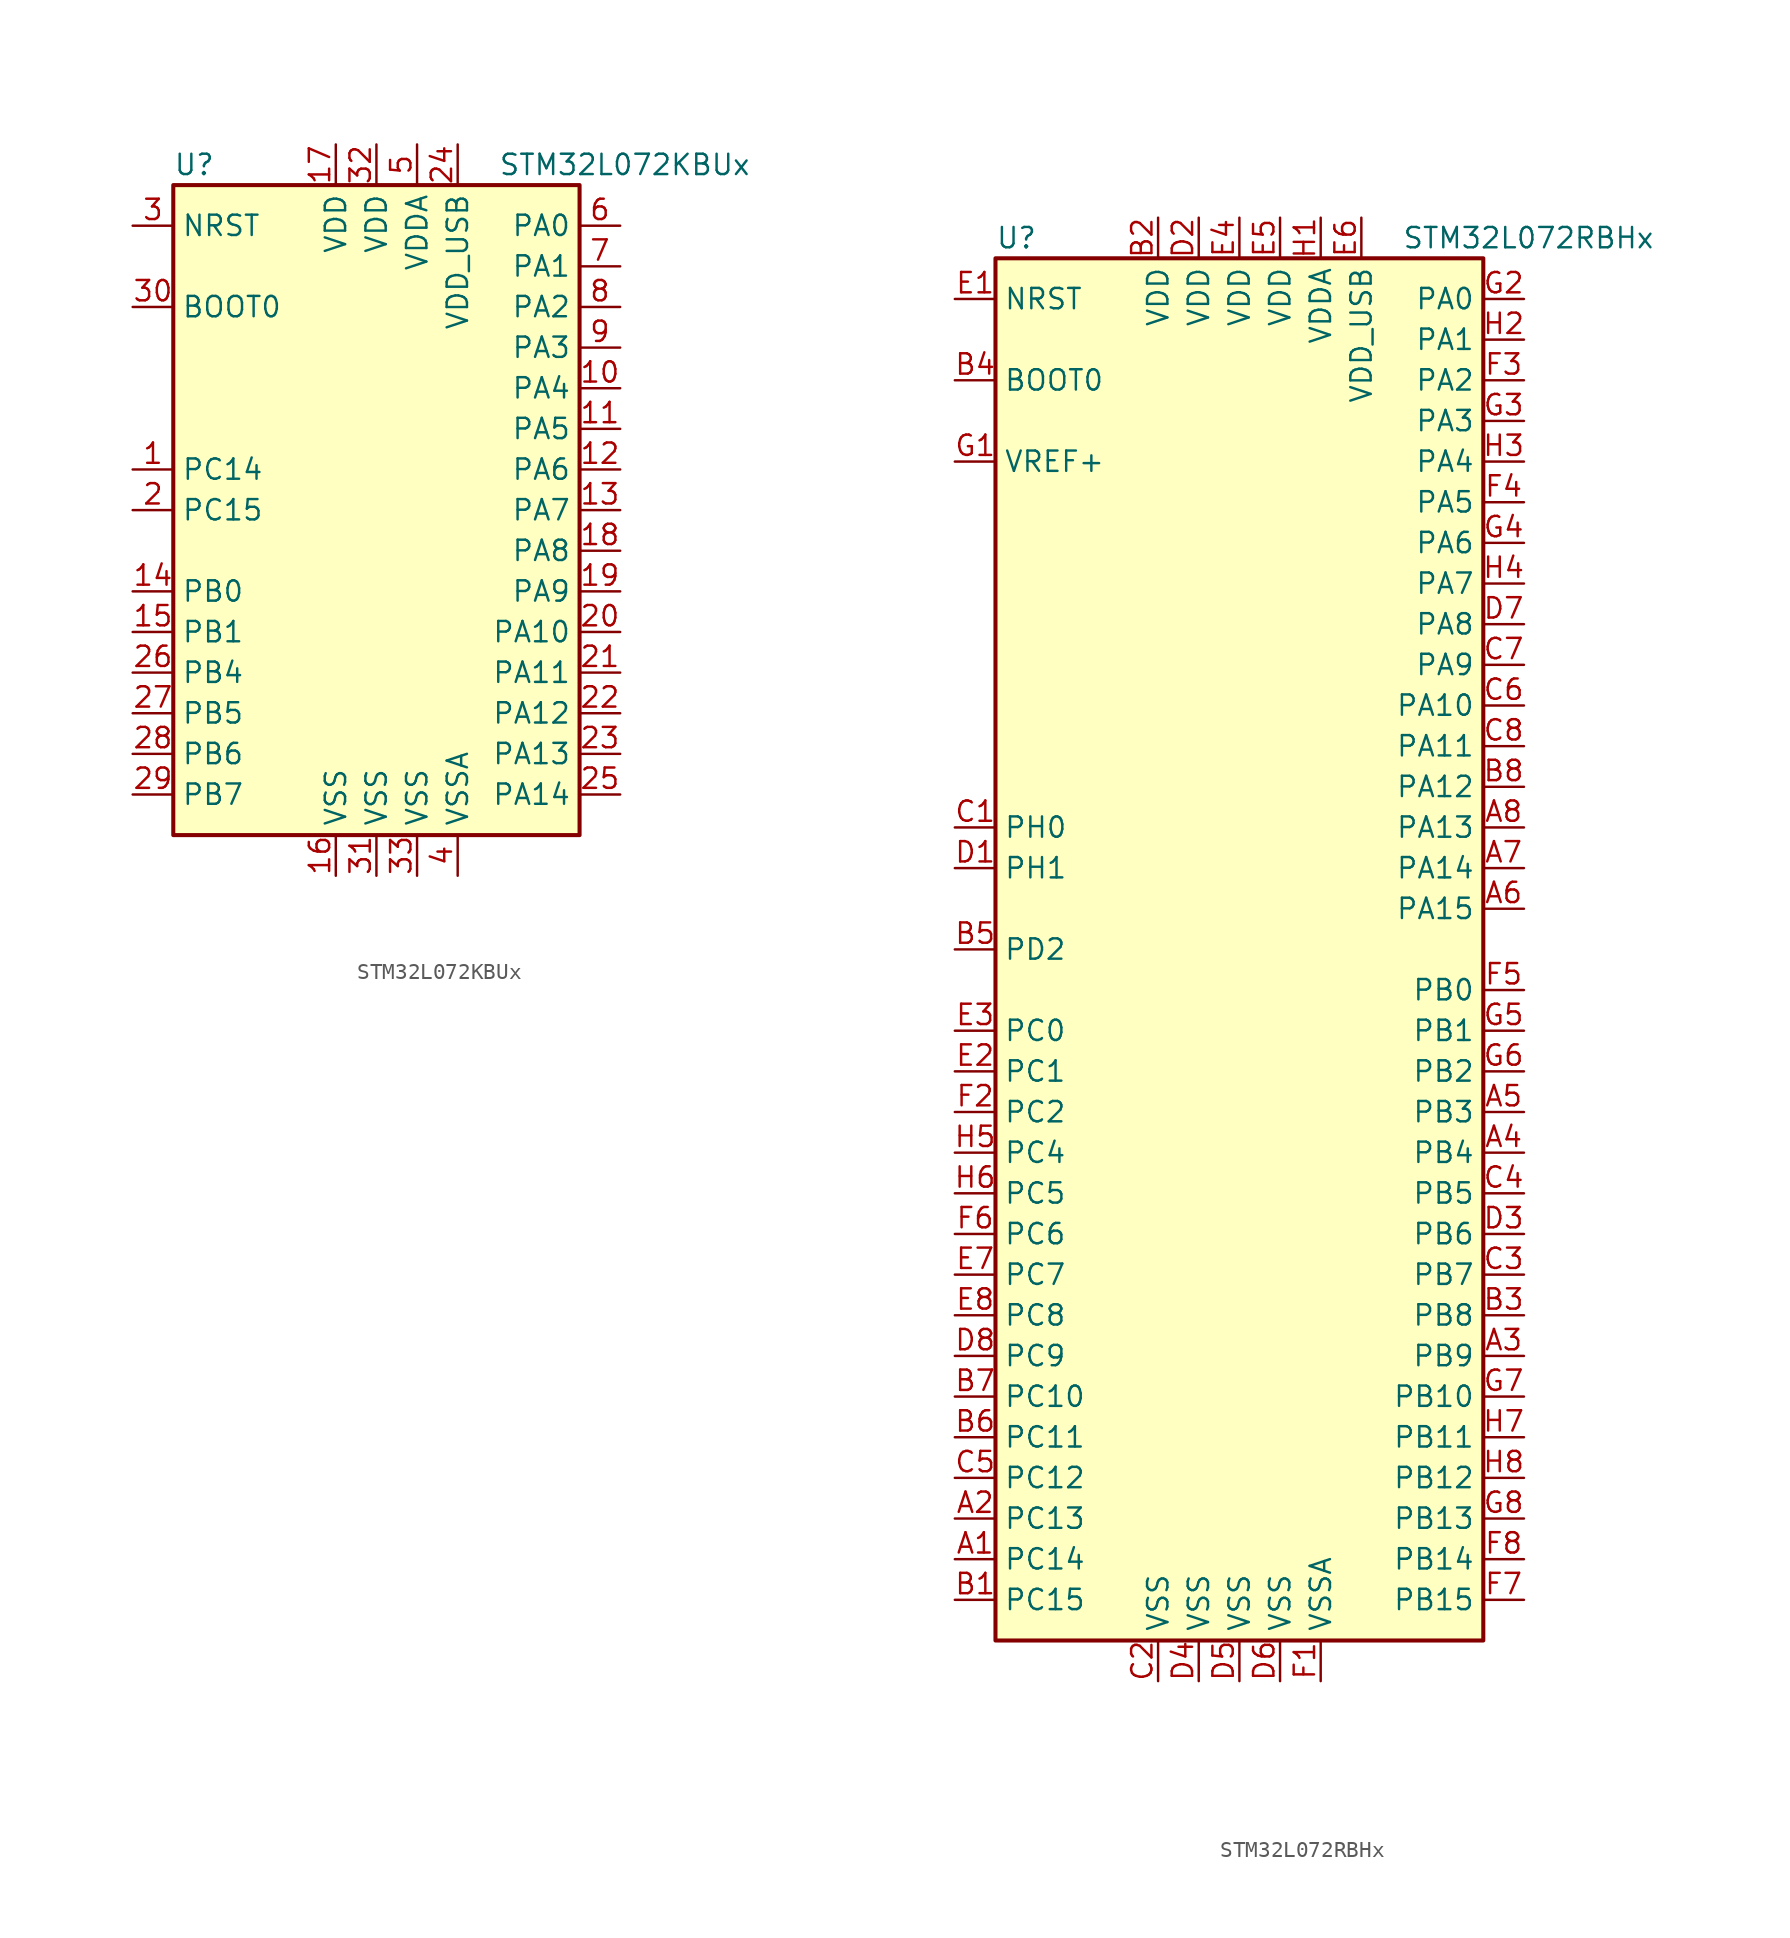
<source format=kicad_sym>
(kicad_symbol_lib
  (version 20201005)
  (generator kicad_symbol_editor)
  (symbol "STM32L072KBUx"
    (property "Reference" "U"
      (at -12.7 21.59 0)
      (effects (font (size 1.27 1.27)) (justify left)))
    (property "Value" "STM32L072KBUx"
      (at 7.62 21.59 0)
      (effects (font (size 1.27 1.27)) (justify left)))
    (symbol "STM32L072KBUx_0_1"
      (rectangle (start -12.7 -20.32) (end 12.7 20.32) (stroke (width 0.254)) (fill (type background))))
    (symbol "STM32L072KBUx_1_1"
      (pin bidirectional line (at -15.24 2.54 0) (length 2.54) (name "PC14" (effects (font (size 1.27 1.27)))) (number "1" (effects (font (size 1.27 1.27)))))
      (pin bidirectional line (at 15.24 7.62 180) (length 2.54) (name "PA4" (effects (font (size 1.27 1.27)))) (number "10" (effects (font (size 1.27 1.27)))))
      (pin bidirectional line (at 15.24 5.08 180) (length 2.54) (name "PA5" (effects (font (size 1.27 1.27)))) (number "11" (effects (font (size 1.27 1.27)))))
      (pin bidirectional line (at 15.24 2.54 180) (length 2.54) (name "PA6" (effects (font (size 1.27 1.27)))) (number "12" (effects (font (size 1.27 1.27)))))
      (pin bidirectional line (at 15.24 0 180) (length 2.54) (name "PA7" (effects (font (size 1.27 1.27)))) (number "13" (effects (font (size 1.27 1.27)))))
      (pin bidirectional line (at -15.24 -5.08 0) (length 2.54) (name "PB0" (effects (font (size 1.27 1.27)))) (number "14" (effects (font (size 1.27 1.27)))))
      (pin bidirectional line (at -15.24 -7.62 0) (length 2.54) (name "PB1" (effects (font (size 1.27 1.27)))) (number "15" (effects (font (size 1.27 1.27)))))
      (pin power_in line (at -2.54 -22.86 90) (length 2.54) (name "VSS" (effects (font (size 1.27 1.27)))) (number "16" (effects (font (size 1.27 1.27)))))
      (pin power_in line (at -2.54 22.86 270) (length 2.54) (name "VDD" (effects (font (size 1.27 1.27)))) (number "17" (effects (font (size 1.27 1.27)))))
      (pin bidirectional line (at 15.24 -2.54 180) (length 2.54) (name "PA8" (effects (font (size 1.27 1.27)))) (number "18" (effects (font (size 1.27 1.27)))))
      (pin bidirectional line (at 15.24 -5.08 180) (length 2.54) (name "PA9" (effects (font (size 1.27 1.27)))) (number "19" (effects (font (size 1.27 1.27)))))
      (pin bidirectional line (at -15.24 0 0) (length 2.54) (name "PC15" (effects (font (size 1.27 1.27)))) (number "2" (effects (font (size 1.27 1.27)))))
      (pin bidirectional line (at 15.24 -7.62 180) (length 2.54) (name "PA10" (effects (font (size 1.27 1.27)))) (number "20" (effects (font (size 1.27 1.27)))))
      (pin bidirectional line (at 15.24 -10.16 180) (length 2.54) (name "PA11" (effects (font (size 1.27 1.27)))) (number "21" (effects (font (size 1.27 1.27)))))
      (pin bidirectional line (at 15.24 -12.7 180) (length 2.54) (name "PA12" (effects (font (size 1.27 1.27)))) (number "22" (effects (font (size 1.27 1.27)))))
      (pin bidirectional line (at 15.24 -15.24 180) (length 2.54) (name "PA13" (effects (font (size 1.27 1.27)))) (number "23" (effects (font (size 1.27 1.27)))))
      (pin power_in line (at 5.08 22.86 270) (length 2.54) (name "VDD_USB" (effects (font (size 1.27 1.27)))) (number "24" (effects (font (size 1.27 1.27)))))
      (pin bidirectional line (at 15.24 -17.78 180) (length 2.54) (name "PA14" (effects (font (size 1.27 1.27)))) (number "25" (effects (font (size 1.27 1.27)))))
      (pin bidirectional line (at -15.24 -10.16 0) (length 2.54) (name "PB4" (effects (font (size 1.27 1.27)))) (number "26" (effects (font (size 1.27 1.27)))))
      (pin bidirectional line (at -15.24 -12.7 0) (length 2.54) (name "PB5" (effects (font (size 1.27 1.27)))) (number "27" (effects (font (size 1.27 1.27)))))
      (pin bidirectional line (at -15.24 -15.24 0) (length 2.54) (name "PB6" (effects (font (size 1.27 1.27)))) (number "28" (effects (font (size 1.27 1.27)))))
      (pin bidirectional line (at -15.24 -17.78 0) (length 2.54) (name "PB7" (effects (font (size 1.27 1.27)))) (number "29" (effects (font (size 1.27 1.27)))))
      (pin input line (at -15.24 17.78 0) (length 2.54) (name "NRST" (effects (font (size 1.27 1.27)))) (number "3" (effects (font (size 1.27 1.27)))))
      (pin input line (at -15.24 12.7 0) (length 2.54) (name "BOOT0" (effects (font (size 1.27 1.27)))) (number "30" (effects (font (size 1.27 1.27)))))
      (pin power_in line (at 0 -22.86 90) (length 2.54) (name "VSS" (effects (font (size 1.27 1.27)))) (number "31" (effects (font (size 1.27 1.27)))))
      (pin power_in line (at 0 22.86 270) (length 2.54) (name "VDD" (effects (font (size 1.27 1.27)))) (number "32" (effects (font (size 1.27 1.27)))))
      (pin power_in line (at 2.54 -22.86 90) (length 2.54) (name "VSS" (effects (font (size 1.27 1.27)))) (number "33" (effects (font (size 1.27 1.27)))))
      (pin power_in line (at 5.08 -22.86 90) (length 2.54) (name "VSSA" (effects (font (size 1.27 1.27)))) (number "4" (effects (font (size 1.27 1.27)))))
      (pin power_in line (at 2.54 22.86 270) (length 2.54) (name "VDDA" (effects (font (size 1.27 1.27)))) (number "5" (effects (font (size 1.27 1.27)))))
      (pin bidirectional line (at 15.24 17.78 180) (length 2.54) (name "PA0" (effects (font (size 1.27 1.27)))) (number "6" (effects (font (size 1.27 1.27)))))
      (pin bidirectional line (at 15.24 15.24 180) (length 2.54) (name "PA1" (effects (font (size 1.27 1.27)))) (number "7" (effects (font (size 1.27 1.27)))))
      (pin bidirectional line (at 15.24 12.7 180) (length 2.54) (name "PA2" (effects (font (size 1.27 1.27)))) (number "8" (effects (font (size 1.27 1.27)))))
      (pin bidirectional line (at 15.24 10.16 180) (length 2.54) (name "PA3" (effects (font (size 1.27 1.27)))) (number "9" (effects (font (size 1.27 1.27)))))))
  (symbol "STM32L072RBHx"
    (property "Reference" "U"
      (at -15.24 44.45 0)
      (effects (font (size 1.27 1.27)) (justify left)))
    (property "Value" "STM32L072RBHx"
      (at 10.16 44.45 0)
      (effects (font (size 1.27 1.27)) (justify left)))
    (symbol "STM32L072RBHx_0_1"
      (rectangle (start -15.24 -43.18) (end 15.24 43.18) (stroke (width 0.254)) (fill (type background))))
    (symbol "STM32L072RBHx_1_1"
      (pin bidirectional line (at -17.78 -38.1 0) (length 2.54) (name "PC14" (effects (font (size 1.27 1.27)))) (number "A1" (effects (font (size 1.27 1.27)))))
      (pin bidirectional line (at -17.78 -35.56 0) (length 2.54) (name "PC13" (effects (font (size 1.27 1.27)))) (number "A2" (effects (font (size 1.27 1.27)))))
      (pin bidirectional line (at 17.78 -25.4 180) (length 2.54) (name "PB9" (effects (font (size 1.27 1.27)))) (number "A3" (effects (font (size 1.27 1.27)))))
      (pin bidirectional line (at 17.78 -12.7 180) (length 2.54) (name "PB4" (effects (font (size 1.27 1.27)))) (number "A4" (effects (font (size 1.27 1.27)))))
      (pin bidirectional line (at 17.78 -10.16 180) (length 2.54) (name "PB3" (effects (font (size 1.27 1.27)))) (number "A5" (effects (font (size 1.27 1.27)))))
      (pin bidirectional line (at 17.78 2.54 180) (length 2.54) (name "PA15" (effects (font (size 1.27 1.27)))) (number "A6" (effects (font (size 1.27 1.27)))))
      (pin bidirectional line (at 17.78 5.08 180) (length 2.54) (name "PA14" (effects (font (size 1.27 1.27)))) (number "A7" (effects (font (size 1.27 1.27)))))
      (pin bidirectional line (at 17.78 7.62 180) (length 2.54) (name "PA13" (effects (font (size 1.27 1.27)))) (number "A8" (effects (font (size 1.27 1.27)))))
      (pin bidirectional line (at -17.78 -40.64 0) (length 2.54) (name "PC15" (effects (font (size 1.27 1.27)))) (number "B1" (effects (font (size 1.27 1.27)))))
      (pin power_in line (at -5.08 45.72 270) (length 2.54) (name "VDD" (effects (font (size 1.27 1.27)))) (number "B2" (effects (font (size 1.27 1.27)))))
      (pin bidirectional line (at 17.78 -22.86 180) (length 2.54) (name "PB8" (effects (font (size 1.27 1.27)))) (number "B3" (effects (font (size 1.27 1.27)))))
      (pin input line (at -17.78 35.56 0) (length 2.54) (name "BOOT0" (effects (font (size 1.27 1.27)))) (number "B4" (effects (font (size 1.27 1.27)))))
      (pin bidirectional line (at -17.78 0 0) (length 2.54) (name "PD2" (effects (font (size 1.27 1.27)))) (number "B5" (effects (font (size 1.27 1.27)))))
      (pin bidirectional line (at -17.78 -30.48 0) (length 2.54) (name "PC11" (effects (font (size 1.27 1.27)))) (number "B6" (effects (font (size 1.27 1.27)))))
      (pin bidirectional line (at -17.78 -27.94 0) (length 2.54) (name "PC10" (effects (font (size 1.27 1.27)))) (number "B7" (effects (font (size 1.27 1.27)))))
      (pin bidirectional line (at 17.78 10.16 180) (length 2.54) (name "PA12" (effects (font (size 1.27 1.27)))) (number "B8" (effects (font (size 1.27 1.27)))))
      (pin input line (at -17.78 7.62 0) (length 2.54) (name "PH0" (effects (font (size 1.27 1.27)))) (number "C1" (effects (font (size 1.27 1.27)))))
      (pin power_in line (at -5.08 -45.72 90) (length 2.54) (name "VSS" (effects (font (size 1.27 1.27)))) (number "C2" (effects (font (size 1.27 1.27)))))
      (pin bidirectional line (at 17.78 -20.32 180) (length 2.54) (name "PB7" (effects (font (size 1.27 1.27)))) (number "C3" (effects (font (size 1.27 1.27)))))
      (pin bidirectional line (at 17.78 -15.24 180) (length 2.54) (name "PB5" (effects (font (size 1.27 1.27)))) (number "C4" (effects (font (size 1.27 1.27)))))
      (pin bidirectional line (at -17.78 -33.02 0) (length 2.54) (name "PC12" (effects (font (size 1.27 1.27)))) (number "C5" (effects (font (size 1.27 1.27)))))
      (pin bidirectional line (at 17.78 15.24 180) (length 2.54) (name "PA10" (effects (font (size 1.27 1.27)))) (number "C6" (effects (font (size 1.27 1.27)))))
      (pin bidirectional line (at 17.78 17.78 180) (length 2.54) (name "PA9" (effects (font (size 1.27 1.27)))) (number "C7" (effects (font (size 1.27 1.27)))))
      (pin bidirectional line (at 17.78 12.7 180) (length 2.54) (name "PA11" (effects (font (size 1.27 1.27)))) (number "C8" (effects (font (size 1.27 1.27)))))
      (pin input line (at -17.78 5.08 0) (length 2.54) (name "PH1" (effects (font (size 1.27 1.27)))) (number "D1" (effects (font (size 1.27 1.27)))))
      (pin power_in line (at -2.54 45.72 270) (length 2.54) (name "VDD" (effects (font (size 1.27 1.27)))) (number "D2" (effects (font (size 1.27 1.27)))))
      (pin bidirectional line (at 17.78 -17.78 180) (length 2.54) (name "PB6" (effects (font (size 1.27 1.27)))) (number "D3" (effects (font (size 1.27 1.27)))))
      (pin power_in line (at -2.54 -45.72 90) (length 2.54) (name "VSS" (effects (font (size 1.27 1.27)))) (number "D4" (effects (font (size 1.27 1.27)))))
      (pin power_in line (at 0 -45.72 90) (length 2.54) (name "VSS" (effects (font (size 1.27 1.27)))) (number "D5" (effects (font (size 1.27 1.27)))))
      (pin power_in line (at 2.54 -45.72 90) (length 2.54) (name "VSS" (effects (font (size 1.27 1.27)))) (number "D6" (effects (font (size 1.27 1.27)))))
      (pin bidirectional line (at 17.78 20.32 180) (length 2.54) (name "PA8" (effects (font (size 1.27 1.27)))) (number "D7" (effects (font (size 1.27 1.27)))))
      (pin bidirectional line (at -17.78 -25.4 0) (length 2.54) (name "PC9" (effects (font (size 1.27 1.27)))) (number "D8" (effects (font (size 1.27 1.27)))))
      (pin input line (at -17.78 40.64 0) (length 2.54) (name "NRST" (effects (font (size 1.27 1.27)))) (number "E1" (effects (font (size 1.27 1.27)))))
      (pin bidirectional line (at -17.78 -7.62 0) (length 2.54) (name "PC1" (effects (font (size 1.27 1.27)))) (number "E2" (effects (font (size 1.27 1.27)))))
      (pin bidirectional line (at -17.78 -5.08 0) (length 2.54) (name "PC0" (effects (font (size 1.27 1.27)))) (number "E3" (effects (font (size 1.27 1.27)))))
      (pin power_in line (at 0 45.72 270) (length 2.54) (name "VDD" (effects (font (size 1.27 1.27)))) (number "E4" (effects (font (size 1.27 1.27)))))
      (pin power_in line (at 2.54 45.72 270) (length 2.54) (name "VDD" (effects (font (size 1.27 1.27)))) (number "E5" (effects (font (size 1.27 1.27)))))
      (pin power_in line (at 7.62 45.72 270) (length 2.54) (name "VDD_USB" (effects (font (size 1.27 1.27)))) (number "E6" (effects (font (size 1.27 1.27)))))
      (pin bidirectional line (at -17.78 -20.32 0) (length 2.54) (name "PC7" (effects (font (size 1.27 1.27)))) (number "E7" (effects (font (size 1.27 1.27)))))
      (pin bidirectional line (at -17.78 -22.86 0) (length 2.54) (name "PC8" (effects (font (size 1.27 1.27)))) (number "E8" (effects (font (size 1.27 1.27)))))
      (pin power_in line (at 5.08 -45.72 90) (length 2.54) (name "VSSA" (effects (font (size 1.27 1.27)))) (number "F1" (effects (font (size 1.27 1.27)))))
      (pin bidirectional line (at -17.78 -10.16 0) (length 2.54) (name "PC2" (effects (font (size 1.27 1.27)))) (number "F2" (effects (font (size 1.27 1.27)))))
      (pin bidirectional line (at 17.78 35.56 180) (length 2.54) (name "PA2" (effects (font (size 1.27 1.27)))) (number "F3" (effects (font (size 1.27 1.27)))))
      (pin bidirectional line (at 17.78 27.94 180) (length 2.54) (name "PA5" (effects (font (size 1.27 1.27)))) (number "F4" (effects (font (size 1.27 1.27)))))
      (pin bidirectional line (at 17.78 -2.54 180) (length 2.54) (name "PB0" (effects (font (size 1.27 1.27)))) (number "F5" (effects (font (size 1.27 1.27)))))
      (pin bidirectional line (at -17.78 -17.78 0) (length 2.54) (name "PC6" (effects (font (size 1.27 1.27)))) (number "F6" (effects (font (size 1.27 1.27)))))
      (pin bidirectional line (at 17.78 -40.64 180) (length 2.54) (name "PB15" (effects (font (size 1.27 1.27)))) (number "F7" (effects (font (size 1.27 1.27)))))
      (pin bidirectional line (at 17.78 -38.1 180) (length 2.54) (name "PB14" (effects (font (size 1.27 1.27)))) (number "F8" (effects (font (size 1.27 1.27)))))
      (pin power_in line (at -17.78 30.48 0) (length 2.54) (name "VREF+" (effects (font (size 1.27 1.27)))) (number "G1" (effects (font (size 1.27 1.27)))))
      (pin bidirectional line (at 17.78 40.64 180) (length 2.54) (name "PA0" (effects (font (size 1.27 1.27)))) (number "G2" (effects (font (size 1.27 1.27)))))
      (pin bidirectional line (at 17.78 33.02 180) (length 2.54) (name "PA3" (effects (font (size 1.27 1.27)))) (number "G3" (effects (font (size 1.27 1.27)))))
      (pin bidirectional line (at 17.78 25.4 180) (length 2.54) (name "PA6" (effects (font (size 1.27 1.27)))) (number "G4" (effects (font (size 1.27 1.27)))))
      (pin bidirectional line (at 17.78 -5.08 180) (length 2.54) (name "PB1" (effects (font (size 1.27 1.27)))) (number "G5" (effects (font (size 1.27 1.27)))))
      (pin bidirectional line (at 17.78 -7.62 180) (length 2.54) (name "PB2" (effects (font (size 1.27 1.27)))) (number "G6" (effects (font (size 1.27 1.27)))))
      (pin bidirectional line (at 17.78 -27.94 180) (length 2.54) (name "PB10" (effects (font (size 1.27 1.27)))) (number "G7" (effects (font (size 1.27 1.27)))))
      (pin bidirectional line (at 17.78 -35.56 180) (length 2.54) (name "PB13" (effects (font (size 1.27 1.27)))) (number "G8" (effects (font (size 1.27 1.27)))))
      (pin power_in line (at 5.08 45.72 270) (length 2.54) (name "VDDA" (effects (font (size 1.27 1.27)))) (number "H1" (effects (font (size 1.27 1.27)))))
      (pin bidirectional line (at 17.78 38.1 180) (length 2.54) (name "PA1" (effects (font (size 1.27 1.27)))) (number "H2" (effects (font (size 1.27 1.27)))))
      (pin bidirectional line (at 17.78 30.48 180) (length 2.54) (name "PA4" (effects (font (size 1.27 1.27)))) (number "H3" (effects (font (size 1.27 1.27)))))
      (pin bidirectional line (at 17.78 22.86 180) (length 2.54) (name "PA7" (effects (font (size 1.27 1.27)))) (number "H4" (effects (font (size 1.27 1.27)))))
      (pin bidirectional line (at -17.78 -12.7 0) (length 2.54) (name "PC4" (effects (font (size 1.27 1.27)))) (number "H5" (effects (font (size 1.27 1.27)))))
      (pin bidirectional line (at -17.78 -15.24 0) (length 2.54) (name "PC5" (effects (font (size 1.27 1.27)))) (number "H6" (effects (font (size 1.27 1.27)))))
      (pin bidirectional line (at 17.78 -30.48 180) (length 2.54) (name "PB11" (effects (font (size 1.27 1.27)))) (number "H7" (effects (font (size 1.27 1.27)))))
      (pin bidirectional line (at 17.78 -33.02 180) (length 2.54) (name "PB12" (effects (font (size 1.27 1.27)))) (number "H8" (effects (font (size 1.27 1.27))))))))
</source>
